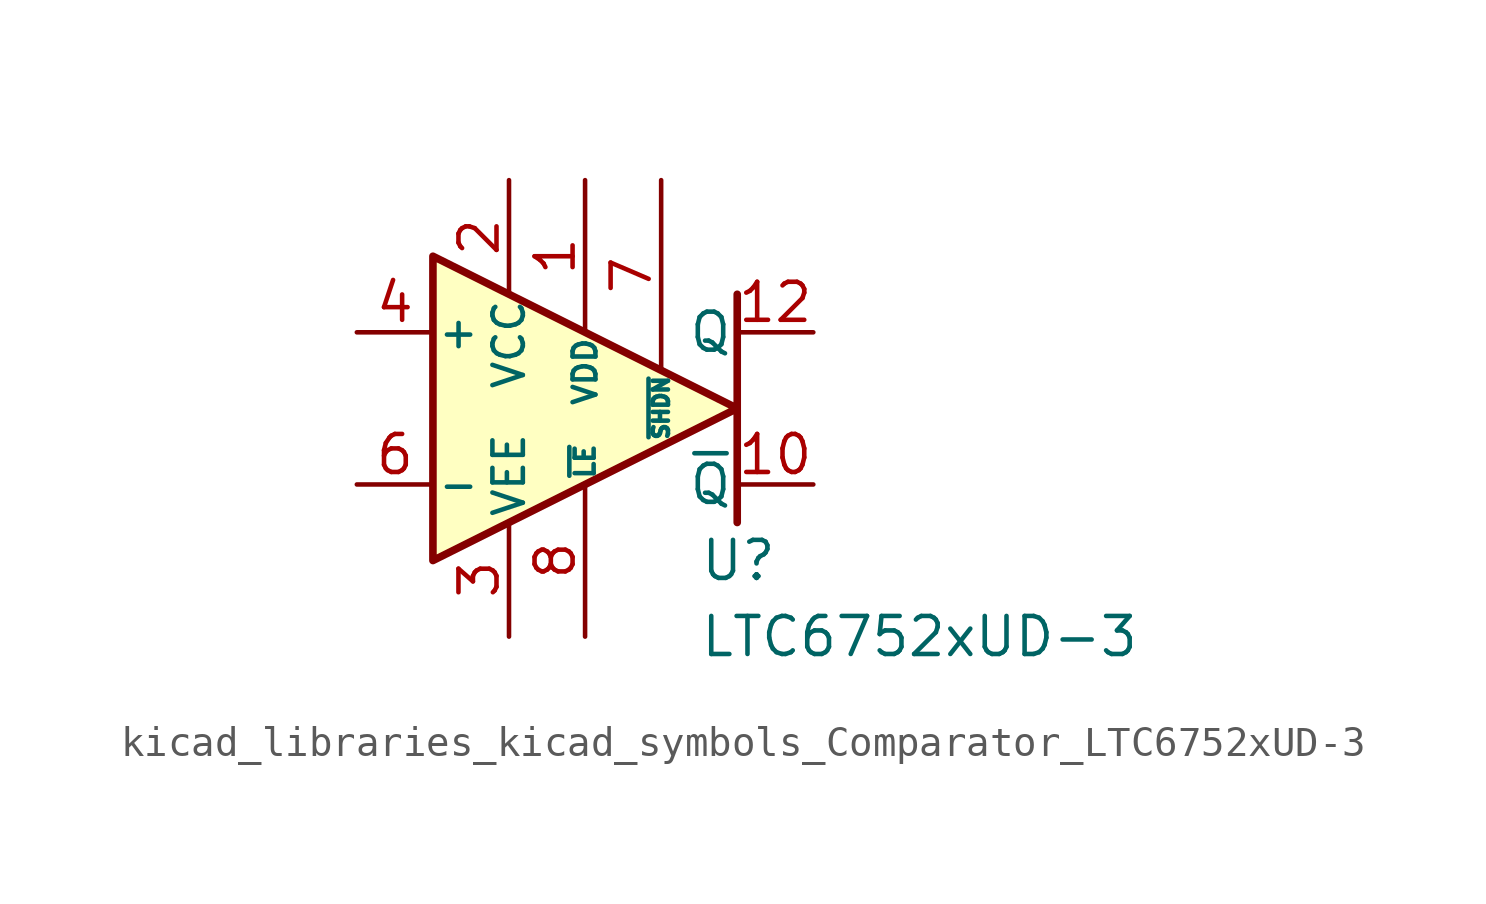
<source format=kicad_sym>
(kicad_symbol_lib
  (version 20220914)
  (generator kicad_symbol_editor)
  (symbol "kicad_libraries_kicad_symbols_Comparator_LTC6752xUD-3"
    (pin_names
      (offset 0.127))
    (property "Reference" "U"
      (at 3.81 -5.08 0)
      (effects (font (size 1.27 1.27)) (justify left)))
    (property "Value" "LTC6752xUD-3"
      (at 3.81 -7.62 0)
      (effects (font (size 1.27 1.27)) (justify left)))
    (symbol "kicad_libraries_kicad_symbols_Comparator_LTC6752xUD-3_0_1"
      (polyline (pts (xy 5.08 3.81) (xy 5.08 0) (xy -5.08 5.08) (xy -5.08 -5.08) (xy 5.08 0) (xy 5.08 -3.81)) (stroke (width 0.254) (type default)) (fill (type background))))
    (symbol "kicad_libraries_kicad_symbols_Comparator_LTC6752xUD-3_1_1"
      (pin power_in line (at 0 7.62 270) (length 5.08) (name "VDD" (effects (font (size 0.762 0.762)))) (number "1" (effects (font (size 1.27 1.27)))))
      (pin output line (at 7.62 -2.54 180) (length 2.54) (name "~{Q}" (effects (font (size 1.27 1.27)))) (number "10" (effects (font (size 1.27 1.27)))))
      (pin no_connect line (at 5.08 0 180) (length 2.54) hide (name "NC" (effects (font (size 1.27 1.27)))) (number "11" (effects (font (size 1.27 1.27)))))
      (pin output line (at 7.62 2.54 180) (length 2.54) (name "Q" (effects (font (size 1.27 1.27)))) (number "12" (effects (font (size 1.27 1.27)))))
      (pin passive line (at -2.54 -7.62 90) (length 3.81) hide (name "VEE" (effects (font (size 1.016 1.016)))) (number "13" (effects (font (size 1.27 1.27)))))
      (pin power_in line (at -2.54 7.62 270) (length 3.81) (name "VCC" (effects (font (size 1.016 1.016)))) (number "2" (effects (font (size 1.27 1.27)))))
      (pin power_in line (at -2.54 -7.62 90) (length 3.81) (name "VEE" (effects (font (size 1.016 1.016)))) (number "3" (effects (font (size 1.27 1.27)))))
      (pin input line (at -7.62 2.54 0) (length 2.54) (name "+" (effects (font (size 1.016 1.016)))) (number "4" (effects (font (size 1.27 1.27)))))
      (pin no_connect line (at -5.08 0 0) (length 2.54) hide (name "NC" (effects (font (size 1.27 1.27)))) (number "5" (effects (font (size 1.27 1.27)))))
      (pin input line (at -7.62 -2.54 0) (length 2.54) (name "-" (effects (font (size 1.016 1.016)))) (number "6" (effects (font (size 1.27 1.27)))))
      (pin input line (at 2.54 7.62 270) (length 6.35) (name "~{SHDN}" (effects (font (size 0.508 0.508)))) (number "7" (effects (font (size 1.27 1.27)))))
      (pin input line (at 0 -7.62 90) (length 5.08) (name "~{LE}" (effects (font (size 0.635 0.635)))) (number "8" (effects (font (size 1.27 1.27)))))
      (pin passive line (at -2.54 -7.62 90) (length 3.81) hide (name "VEE" (effects (font (size 1.016 1.016)))) (number "9" (effects (font (size 1.27 1.27))))))))
</source>
